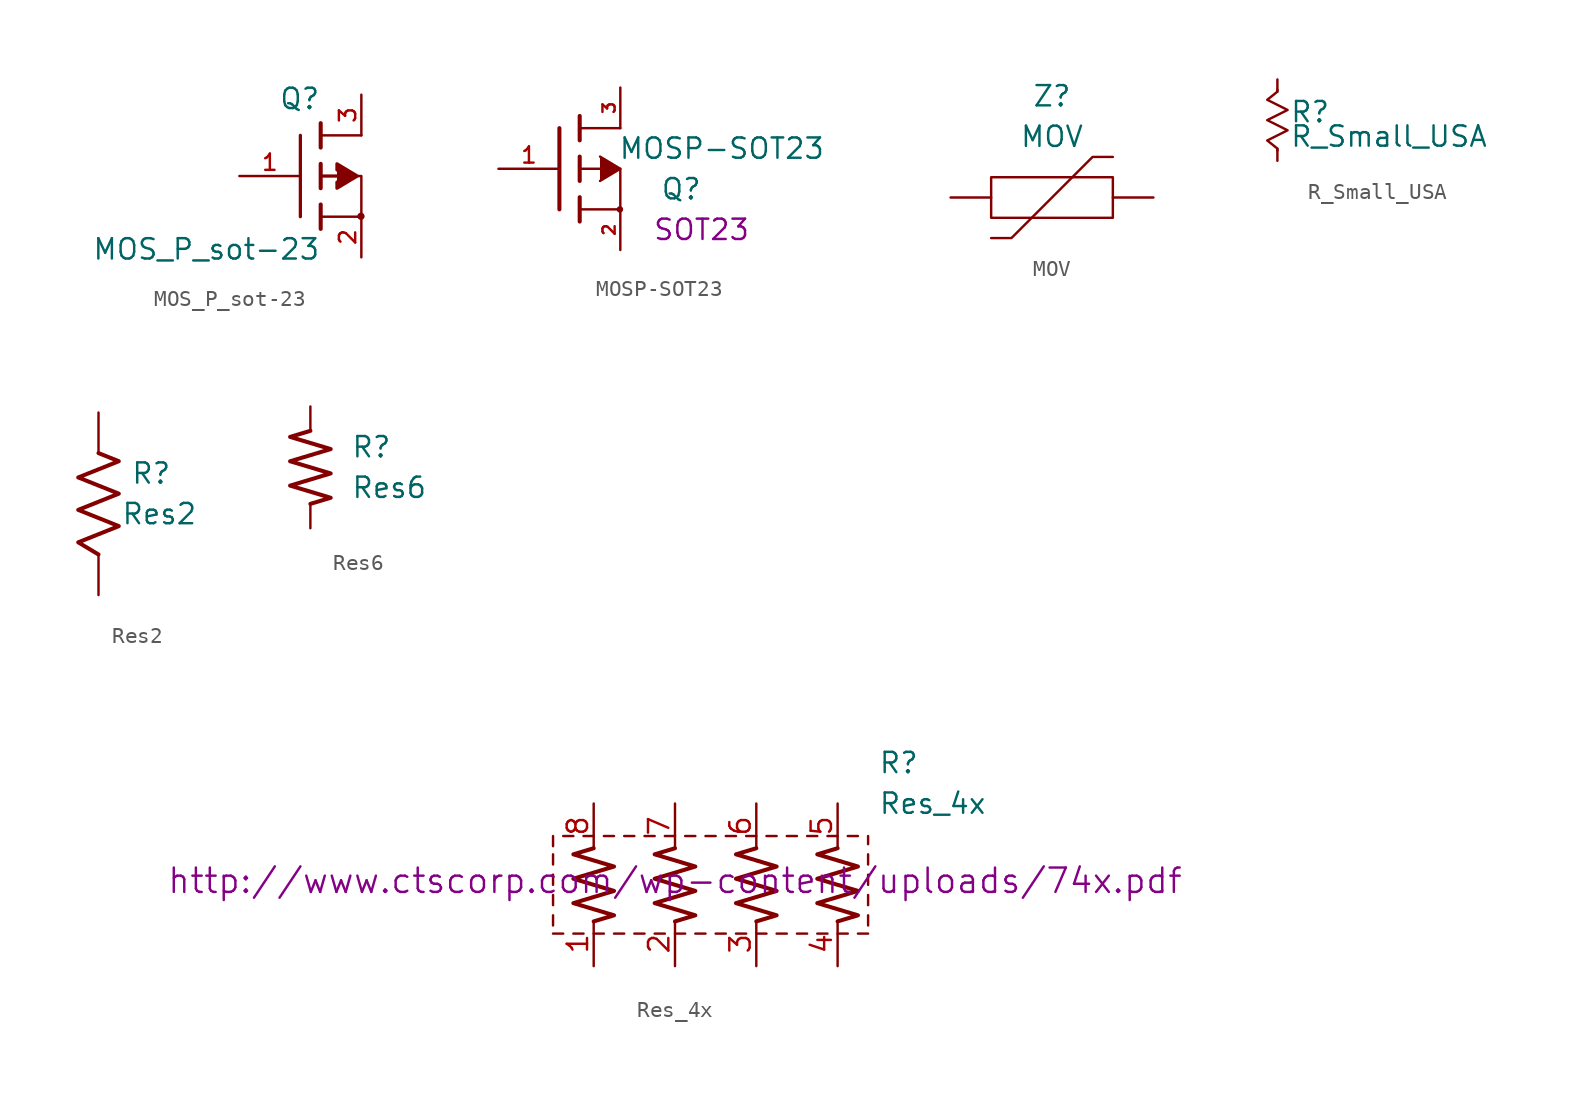
<source format=kicad_sym>
(kicad_symbol_lib
  (version 20231120)
  (generator "kicad_symbol_editor")
  (generator_version "8.0")
  (symbol "MOS_P_sot-23"
    (pin_names
      (offset 1.016) hide)
    (property "Reference" "Q"
      (at 0 4.826 0)
      (effects (font (size 1.27 1.27)) (justify right)))
    (property "Value" "MOS_P_sot-23"
      (at 0 -4.572 0)
      (effects (font (size 1.27 1.27)) (justify right)))
    (property "Footprint" ""
      (at 0 0 0)
      (effects (font (size 1.524 1.524))))
    (property "Datasheet" ""
      (at 0 0 0)
      (effects (font (size 1.524 1.524))))
    (symbol "MOS_P_sot-23_0_1"
      (polyline (pts (xy -1.27 -2.54) (xy -1.27 2.54)) (stroke (width 0.203) (type default)) (fill (type none)))
      (polyline (pts (xy 1.016 0) (xy 0 0)) (stroke (width 0.203) (type default)) (fill (type none)))
      (polyline (pts (xy 2.54 -2.54) (xy 0 -2.54)) (stroke (width 0) (type default)) (fill (type none)))
      (polyline (pts (xy 2.54 2.54) (xy 0 2.54)) (stroke (width 0) (type default)) (fill (type none)))
      (polyline (pts (xy 2.032 0) (xy 2.54 0) (xy 2.54 -2.54)) (stroke (width 0) (type default)) (fill (type none)))
      (polyline (pts (xy 1.016 -0.381) (xy 1.016 -0.762) (xy 2.286 0) (xy 1.016 0.762) (xy 1.016 0.381)) (stroke (width 0.203) (type default)) (fill (type outline)))
      (circle (center 2.515 -2.515) (radius 0.127) (stroke (width 0.203) (type default)) (fill (type none))))
    (symbol "MOS_P_sot-23_1_1"
      (polyline (pts (xy 0 -3.302) (xy 0 -1.778)) (stroke (width 0.254) (type default)) (fill (type none)))
      (polyline (pts (xy 0 -0.762) (xy 0 0.762)) (stroke (width 0.254) (type default)) (fill (type none)))
      (polyline (pts (xy 0 1.778) (xy 0 3.302)) (stroke (width 0.254) (type default)) (fill (type none)))
      (pin input line (at -5.08 0 0) (length 3.81) (name "G" (effects (font (size 1.016 1.016)))) (number "1" (effects (font (size 1.016 1.016)))))
      (pin passive line (at 2.54 -5.08 90) (length 2.54) (name "S" (effects (font (size 1.016 1.016)))) (number "2" (effects (font (size 1.016 1.016)))))
      (pin passive line (at 2.54 5.08 270) (length 2.54) (name "D" (effects (font (size 1.016 1.016)))) (number "3" (effects (font (size 1.016 1.016)))))))
  (symbol "MOSP-SOT23"
    (pin_names
      (offset 0) hide)
    (property "Reference" "Q"
      (at 6.35 -1.27 0)
      (effects (font (size 1.27 1.27))))
    (property "Value" "MOSP-SOT23"
      (at 8.89 1.27 0)
      (effects (font (size 1.27 1.27))))
    (property "Footprint" "SOT23"
      (at 7.62 -3.81 0)
      (effects (font (size 1.27 1.27))))
    (property "Datasheet" ""
      (at 0 0 0)
      (effects (font (size 1.524 1.524))))
    (symbol "MOSP-SOT23_0_1"
      (polyline (pts (xy -1.27 -2.54) (xy -1.27 2.54)) (stroke (width 0.254) (type default)) (fill (type none)))
      (polyline (pts (xy 2.54 -2.54) (xy 0 -2.54)) (stroke (width 0) (type default)) (fill (type none)))
      (polyline (pts (xy 2.54 2.54) (xy 0 2.54)) (stroke (width 0) (type default)) (fill (type none)))
      (polyline (pts (xy 1.27 -0.762) (xy 2.54 0) (xy 1.27 0.762)) (stroke (width 0) (type default)) (fill (type outline)))
      (polyline (pts (xy 2.54 -2.54) (xy 2.54 0) (xy 0 0)) (stroke (width 0) (type default)) (fill (type none))))
    (symbol "MOSP-SOT23_1_1"
      (polyline (pts (xy 0 -3.302) (xy 0 -1.778)) (stroke (width 0.254) (type default)) (fill (type none)))
      (polyline (pts (xy 0 -0.762) (xy 0 0.762)) (stroke (width 0.254) (type default)) (fill (type none)))
      (polyline (pts (xy 0 1.778) (xy 0 3.302)) (stroke (width 0.254) (type default)) (fill (type none)))
      (circle (center 2.515 -2.54) (radius 0.102) (stroke (width 0.203) (type default)) (fill (type none)))
      (pin input line (at -5.08 0 0) (length 3.81) (name "G" (effects (font (size 1.016 1.016)))) (number "1" (effects (font (size 1.016 1.016)))))
      (pin passive line (at 2.54 -5.08 90) (length 2.54) (name "S" (effects (font (size 0.762 0.762)))) (number "2" (effects (font (size 0.762 0.762)))))
      (pin passive line (at 2.54 5.08 270) (length 2.54) (name "D" (effects (font (size 0.762 0.762)))) (number "3" (effects (font (size 0.762 0.762)))))))
  (symbol "MOV"
    (pin_numbers hide)
    (pin_names
      (offset 1.016) hide)
    (property "Reference" "Z"
      (at 0 6.35 0)
      (effects (font (size 1.27 1.27))))
    (property "Value" "MOV"
      (at 0 3.81 0)
      (effects (font (size 1.27 1.27))))
    (symbol "MOV_0_1"
      (rectangle (start -3.81 1.27) (end 3.81 -1.27) (stroke (width 0) (type default)) (fill (type none)))
      (polyline (pts (xy -3.81 -2.54) (xy -2.54 -2.54) (xy 2.54 2.54) (xy 3.81 2.54)) (stroke (width 0) (type default)) (fill (type none))))
    (symbol "MOV_1_1"
      (pin input line (at -6.35 0 0) (length 2.54) (name "1" (effects (font (size 1.27 1.27)))) (number "1" (effects (font (size 1.27 1.27)))))
      (pin input line (at 6.35 0 180) (length 2.54) (name "2" (effects (font (size 1.27 1.27)))) (number "2" (effects (font (size 1.27 1.27)))))))
  (symbol "R_Small_USA"
    (pin_numbers hide)
    (pin_names
      (offset 0.254) hide)
    (property "Reference" "R"
      (at 0.762 0.508 0)
      (effects (font (size 1.27 1.27)) (justify left)))
    (property "Value" "R_Small_USA"
      (at 0.762 -1.016 0)
      (effects (font (size 1.27 1.27)) (justify left)))
    (property "Footprint" ""
      (at 0 0 0)
      (effects (font (size 1.27 1.27))))
    (property "Datasheet" ""
      (at 0 0 0)
      (effects (font (size 1.27 1.27))))
    (symbol "R_Small_USA_0_1"
      (polyline (pts (xy 0 -1.905) (xy 0 -1.778) (xy -0.635 -1.27) (xy 0.635 -0.635) (xy -0.635 0) (xy 0.635 0.635) (xy -0.635 1.27) (xy 0 1.778) (xy 0 1.905)) (stroke (width 0) (type default)) (fill (type none))))
    (symbol "R_Small_USA_1_1"
      (pin passive line (at 0 2.54 270) (length 0.762) (name "~" (effects (font (size 1.016 1.016)))) (number "1" (effects (font (size 1.016 1.016)))))
      (pin passive line (at 0 -2.54 90) (length 0.762) (name "~" (effects (font (size 1.016 1.016)))) (number "2" (effects (font (size 1.016 1.016)))))))
  (symbol "Res2"
    (pin_numbers hide)
    (pin_names
      (offset 0))
    (property "Reference" "R"
      (at 3.302 2.54 0)
      (effects (font (size 1.27 1.27))))
    (property "Value" "Res2"
      (at 3.81 0 0)
      (effects (font (size 1.27 1.27))))
    (property "Footprint" ""
      (at 0 0 0)
      (effects (font (size 1.524 1.524))))
    (property "Datasheet" ""
      (at 0 0 0)
      (effects (font (size 1.524 1.524))))
    (symbol "Res2_0_1"
      (polyline (pts (xy 0 3.81) (xy 1.27 3.302) (xy 0 2.794) (xy -1.27 2.286) (xy 0 1.778) (xy 1.27 1.27) (xy 0 0.762) (xy -1.27 0.254) (xy 0 -0.254) (xy 1.27 -0.762) (xy 0 -1.27) (xy -1.27 -1.778) (xy 0 -2.54)) (stroke (width 0.254) (type default)) (fill (type none))))
    (symbol "Res2_1_1"
      (pin passive line (at 0 6.35 270) (length 2.54) (name "~" (effects (font (size 1.524 1.524)))) (number "1" (effects (font (size 1.524 1.524)))))
      (pin passive line (at 0 -5.08 90) (length 2.54) (name "~" (effects (font (size 1.524 1.524)))) (number "2" (effects (font (size 1.524 1.524)))))))
  (symbol "Res6"
    (pin_numbers hide)
    (pin_names
      (offset 1.016) hide)
    (property "Reference" "R"
      (at 2.54 1.27 0)
      (effects (font (size 1.27 1.27)) (justify left)))
    (property "Value" "Res6"
      (at 2.54 -1.27 0)
      (effects (font (size 1.27 1.27)) (justify left)))
    (property "Footprint" ""
      (at 0 0.254 0)
      (effects (font (size 1.524 1.524))))
    (property "Datasheet" ""
      (at 0 0.254 0)
      (effects (font (size 1.524 1.524))))
    (symbol "Res6_0_1"
      (polyline (pts (xy 0 -2.286) (xy 1.27 -1.905) (xy 0 -1.524) (xy -1.27 -1.143) (xy 0 -0.762) (xy 1.27 -0.381) (xy 0 0) (xy -1.27 0.381) (xy 0 0.762) (xy 1.27 1.143) (xy 0 1.524) (xy -1.27 1.905) (xy 0 2.286)) (stroke (width 0.254) (type default)) (fill (type none))))
    (symbol "Res6_1_1"
      (pin input line (at 0 3.81 270) (length 1.524) (name "1" (effects (font (size 1.27 1.27)))) (number "1" (effects (font (size 1.27 1.27)))))
      (pin input line (at 0 -3.81 90) (length 1.524) (name "2" (effects (font (size 1.27 1.27)))) (number "2" (effects (font (size 1.27 1.27)))))))
  (symbol "Res_4x"
    (pin_names
      (offset 1.016) hide)
    (property "Reference" "R"
      (at 10.16 7.62 0)
      (effects (font (size 1.27 1.27)) (justify left)))
    (property "Value" "Res_4x"
      (at 10.16 5.08 0)
      (effects (font (size 1.27 1.27)) (justify left)))
    (property "Footprint" ""
      (at -2.54 0.254 0)
      (effects (font (size 1.524 1.524))))
    (property "Datasheet" "http://www.ctscorp.com/wp-content/uploads/74x.pdf"
      (at -2.54 0.254 0)
      (effects (font (size 1.524 1.524))))
    (symbol "Res_4x_0_1"
      (polyline (pts (xy -10.16 -2.54) (xy -10.16 -1.905)) (stroke (width 0) (type default)) (fill (type none)))
      (polyline (pts (xy -10.16 -1.27) (xy -10.16 -0.635)) (stroke (width 0) (type default)) (fill (type none)))
      (polyline (pts (xy -10.16 0) (xy -10.16 0.635)) (stroke (width 0) (type default)) (fill (type none)))
      (polyline (pts (xy -10.16 1.27) (xy -10.16 1.905)) (stroke (width 0) (type default)) (fill (type none)))
      (polyline (pts (xy -10.16 2.413) (xy -10.16 3.048)) (stroke (width 0) (type default)) (fill (type none)))
      (polyline (pts (xy -9.525 -3.048) (xy -10.16 -3.048)) (stroke (width 0) (type default)) (fill (type none)))
      (polyline (pts (xy -9.525 3.048) (xy -8.89 3.048)) (stroke (width 0) (type default)) (fill (type none)))
      (polyline (pts (xy -8.255 -3.048) (xy -8.89 -3.048)) (stroke (width 0) (type default)) (fill (type none)))
      (polyline (pts (xy -8.255 3.048) (xy -7.62 3.048)) (stroke (width 0) (type default)) (fill (type none)))
      (polyline (pts (xy -6.985 -3.048) (xy -7.62 -3.048)) (stroke (width 0) (type default)) (fill (type none)))
      (polyline (pts (xy -6.985 3.048) (xy -6.35 3.048)) (stroke (width 0) (type default)) (fill (type none)))
      (polyline (pts (xy -5.715 -3.048) (xy -6.35 -3.048)) (stroke (width 0) (type default)) (fill (type none)))
      (polyline (pts (xy -5.715 3.048) (xy -5.08 3.048)) (stroke (width 0) (type default)) (fill (type none)))
      (polyline (pts (xy -4.445 -3.048) (xy -5.08 -3.048)) (stroke (width 0) (type default)) (fill (type none)))
      (polyline (pts (xy -4.445 3.048) (xy -3.81 3.048)) (stroke (width 0) (type default)) (fill (type none)))
      (polyline (pts (xy -3.175 -3.048) (xy -3.81 -3.048)) (stroke (width 0) (type default)) (fill (type none)))
      (polyline (pts (xy -3.175 3.048) (xy -2.54 3.048)) (stroke (width 0) (type default)) (fill (type none)))
      (polyline (pts (xy -1.905 -3.048) (xy -2.54 -3.048)) (stroke (width 0) (type default)) (fill (type none)))
      (polyline (pts (xy -1.905 3.048) (xy -1.27 3.048)) (stroke (width 0) (type default)) (fill (type none)))
      (polyline (pts (xy -0.635 -3.048) (xy -1.27 -3.048)) (stroke (width 0) (type default)) (fill (type none)))
      (polyline (pts (xy -0.635 3.048) (xy 0 3.048)) (stroke (width 0) (type default)) (fill (type none)))
      (polyline (pts (xy 0.635 -3.048) (xy 0 -3.048)) (stroke (width 0) (type default)) (fill (type none)))
      (polyline (pts (xy 0.635 3.048) (xy 1.27 3.048)) (stroke (width 0) (type default)) (fill (type none)))
      (polyline (pts (xy 1.905 -3.048) (xy 1.27 -3.048)) (stroke (width 0) (type default)) (fill (type none)))
      (polyline (pts (xy 1.905 3.048) (xy 2.54 3.048)) (stroke (width 0) (type default)) (fill (type none)))
      (polyline (pts (xy 3.175 -3.048) (xy 2.54 -3.048)) (stroke (width 0) (type default)) (fill (type none)))
      (polyline (pts (xy 3.175 3.048) (xy 3.81 3.048)) (stroke (width 0) (type default)) (fill (type none)))
      (polyline (pts (xy 4.445 -3.048) (xy 3.81 -3.048)) (stroke (width 0) (type default)) (fill (type none)))
      (polyline (pts (xy 4.445 3.048) (xy 5.08 3.048)) (stroke (width 0) (type default)) (fill (type none)))
      (polyline (pts (xy 5.715 -3.048) (xy 5.08 -3.048)) (stroke (width 0) (type default)) (fill (type none)))
      (polyline (pts (xy 5.715 3.048) (xy 6.35 3.048)) (stroke (width 0) (type default)) (fill (type none)))
      (polyline (pts (xy 6.985 -3.048) (xy 6.35 -3.048)) (stroke (width 0) (type default)) (fill (type none)))
      (polyline (pts (xy 6.985 3.048) (xy 7.62 3.048)) (stroke (width 0) (type default)) (fill (type none)))
      (polyline (pts (xy 8.255 -3.048) (xy 7.62 -3.048)) (stroke (width 0) (type default)) (fill (type none)))
      (polyline (pts (xy 8.255 3.048) (xy 8.89 3.048)) (stroke (width 0) (type default)) (fill (type none)))
      (polyline (pts (xy 9.525 -3.048) (xy 8.89 -3.048)) (stroke (width 0) (type default)) (fill (type none)))
      (polyline (pts (xy 9.525 -1.905) (xy 9.525 -2.54)) (stroke (width 0) (type default)) (fill (type none)))
      (polyline (pts (xy 9.525 -0.635) (xy 9.525 -1.27)) (stroke (width 0) (type default)) (fill (type none)))
      (polyline (pts (xy 9.525 0.635) (xy 9.525 0)) (stroke (width 0) (type default)) (fill (type none)))
      (polyline (pts (xy 9.525 1.905) (xy 9.525 1.27)) (stroke (width 0) (type default)) (fill (type none)))
      (polyline (pts (xy 9.525 3.048) (xy 9.525 2.54)) (stroke (width 0) (type default)) (fill (type none)))
      (polyline (pts (xy -7.62 -2.286) (xy -6.35 -1.905) (xy -7.62 -1.524) (xy -8.89 -1.143) (xy -7.62 -0.762) (xy -6.35 -0.381) (xy -7.62 0) (xy -8.89 0.381) (xy -7.62 0.762) (xy -6.35 1.143) (xy -7.62 1.524) (xy -8.89 1.905) (xy -7.62 2.286)) (stroke (width 0.254) (type default)) (fill (type none)))
      (polyline (pts (xy -2.54 -2.286) (xy -1.27 -1.905) (xy -2.54 -1.524) (xy -3.81 -1.143) (xy -2.54 -0.762) (xy -1.27 -0.381) (xy -2.54 0) (xy -3.81 0.381) (xy -2.54 0.762) (xy -1.27 1.143) (xy -2.54 1.524) (xy -3.81 1.905) (xy -2.54 2.286)) (stroke (width 0.254) (type default)) (fill (type none)))
      (polyline (pts (xy 2.54 -2.286) (xy 3.81 -1.905) (xy 2.54 -1.524) (xy 1.27 -1.143) (xy 2.54 -0.762) (xy 3.81 -0.381) (xy 2.54 0) (xy 1.27 0.381) (xy 2.54 0.762) (xy 3.81 1.143) (xy 2.54 1.524) (xy 1.27 1.905) (xy 2.54 2.286)) (stroke (width 0.254) (type default)) (fill (type none)))
      (polyline (pts (xy 7.62 -2.286) (xy 8.89 -1.905) (xy 7.62 -1.524) (xy 6.35 -1.143) (xy 7.62 -0.762) (xy 8.89 -0.381) (xy 7.62 0) (xy 6.35 0.381) (xy 7.62 0.762) (xy 8.89 1.143) (xy 7.62 1.524) (xy 6.35 1.905) (xy 7.62 2.286)) (stroke (width 0.254) (type default)) (fill (type none))))
    (symbol "Res_4x_1_1"
      (pin input line (at -7.62 -5.08 90) (length 2.794) (name "1" (effects (font (size 1.27 1.27)))) (number "1" (effects (font (size 1.27 1.27)))))
      (pin input line (at -2.54 -5.08 90) (length 2.794) (name "2" (effects (font (size 1.27 1.27)))) (number "2" (effects (font (size 1.27 1.27)))))
      (pin input line (at 2.54 -5.08 90) (length 2.794) (name "3" (effects (font (size 1.27 1.27)))) (number "3" (effects (font (size 1.27 1.27)))))
      (pin input line (at 7.62 -5.08 90) (length 2.794) (name "4" (effects (font (size 1.27 1.27)))) (number "4" (effects (font (size 1.27 1.27)))))
      (pin input line (at 7.62 5.08 270) (length 2.794) (name "5" (effects (font (size 1.27 1.27)))) (number "5" (effects (font (size 1.27 1.27)))))
      (pin input line (at 2.54 5.08 270) (length 2.794) (name "6" (effects (font (size 1.27 1.27)))) (number "6" (effects (font (size 1.27 1.27)))))
      (pin input line (at -2.54 5.08 270) (length 2.794) (name "7" (effects (font (size 1.27 1.27)))) (number "7" (effects (font (size 1.27 1.27)))))
      (pin input line (at -7.62 5.08 270) (length 2.794) (name "8" (effects (font (size 1.27 1.27)))) (number "8" (effects (font (size 1.27 1.27))))))))
</source>
